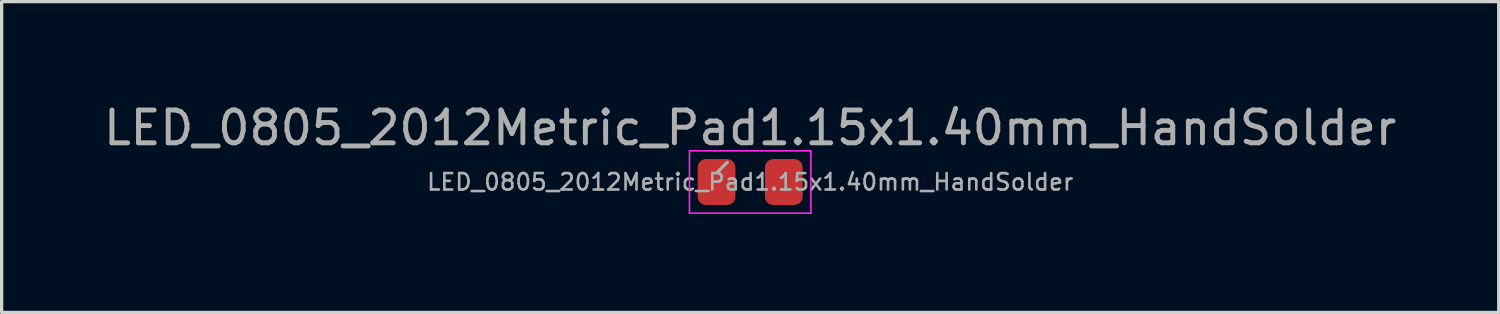
<source format=kicad_pcb>
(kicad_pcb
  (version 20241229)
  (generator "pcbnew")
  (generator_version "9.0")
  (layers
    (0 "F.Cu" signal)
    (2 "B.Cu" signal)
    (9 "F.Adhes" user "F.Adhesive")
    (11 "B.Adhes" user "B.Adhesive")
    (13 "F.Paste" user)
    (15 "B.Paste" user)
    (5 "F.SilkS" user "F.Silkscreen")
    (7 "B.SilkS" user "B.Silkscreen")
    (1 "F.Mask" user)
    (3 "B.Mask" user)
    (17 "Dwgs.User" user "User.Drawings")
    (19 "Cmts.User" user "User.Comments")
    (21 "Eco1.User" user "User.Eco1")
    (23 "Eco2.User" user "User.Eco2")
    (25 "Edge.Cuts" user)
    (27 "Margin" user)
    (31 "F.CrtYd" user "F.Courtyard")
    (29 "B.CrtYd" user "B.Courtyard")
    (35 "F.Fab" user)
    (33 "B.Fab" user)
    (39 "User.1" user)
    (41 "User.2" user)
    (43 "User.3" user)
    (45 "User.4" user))
  (footprint "LED_0805_2012Metric_Pad1.15x1.40mm_HandSolder"
    (layer "F.Cu")
    (at 19.815 2.498)
    (property "Reference" "LED_0805_2012Metric_Pad1.15x1.40mm_HandSolder" (at 0 -1.65 180) (layer "F.Fab") (effects (font (size 1 1) (thickness 0.15))))
    (attr smd)
    (fp_line (start -1.85 -0.95) (end 1.85 -0.95) (stroke (width 0.05) (type solid)) (layer "F.CrtYd"))
    (fp_line (start -1.85 0.95) (end -1.85 -0.95) (stroke (width 0.05) (type solid)) (layer "F.CrtYd"))
    (fp_line (start 1.85 -0.95) (end 1.85 0.95) (stroke (width 0.05) (type solid)) (layer "F.CrtYd"))
    (fp_line (start 1.85 0.95) (end -1.85 0.95) (stroke (width 0.05) (type solid)) (layer "F.CrtYd"))
    (fp_line (start -0.7 -0.6) (end -1 -0.3) (stroke (width 0.1) (type solid)) (layer "F.Fab"))
    (fp_text user "${REFERENCE}" (at 0 0 180) (layer "F.Fab") (effects (font (size 0.5 0.5) (thickness 0.08))))
    (pad "1" smd roundrect (at -1.025 0) (size 1.15 1.4) (layers "F.Cu" "F.Mask" "F.Paste") (roundrect_rratio 0.217))
    (pad "2" smd roundrect (at 1.025 0) (size 1.15 1.4) (layers "F.Cu" "F.Mask" "F.Paste") (roundrect_rratio 0.217)))
  (gr_rect
    (start -3 -3)
    (end 42.631 6.473)
    (stroke (width 0.1) (type default))
    (fill no)
    (layer "Edge.Cuts")))
</source>
